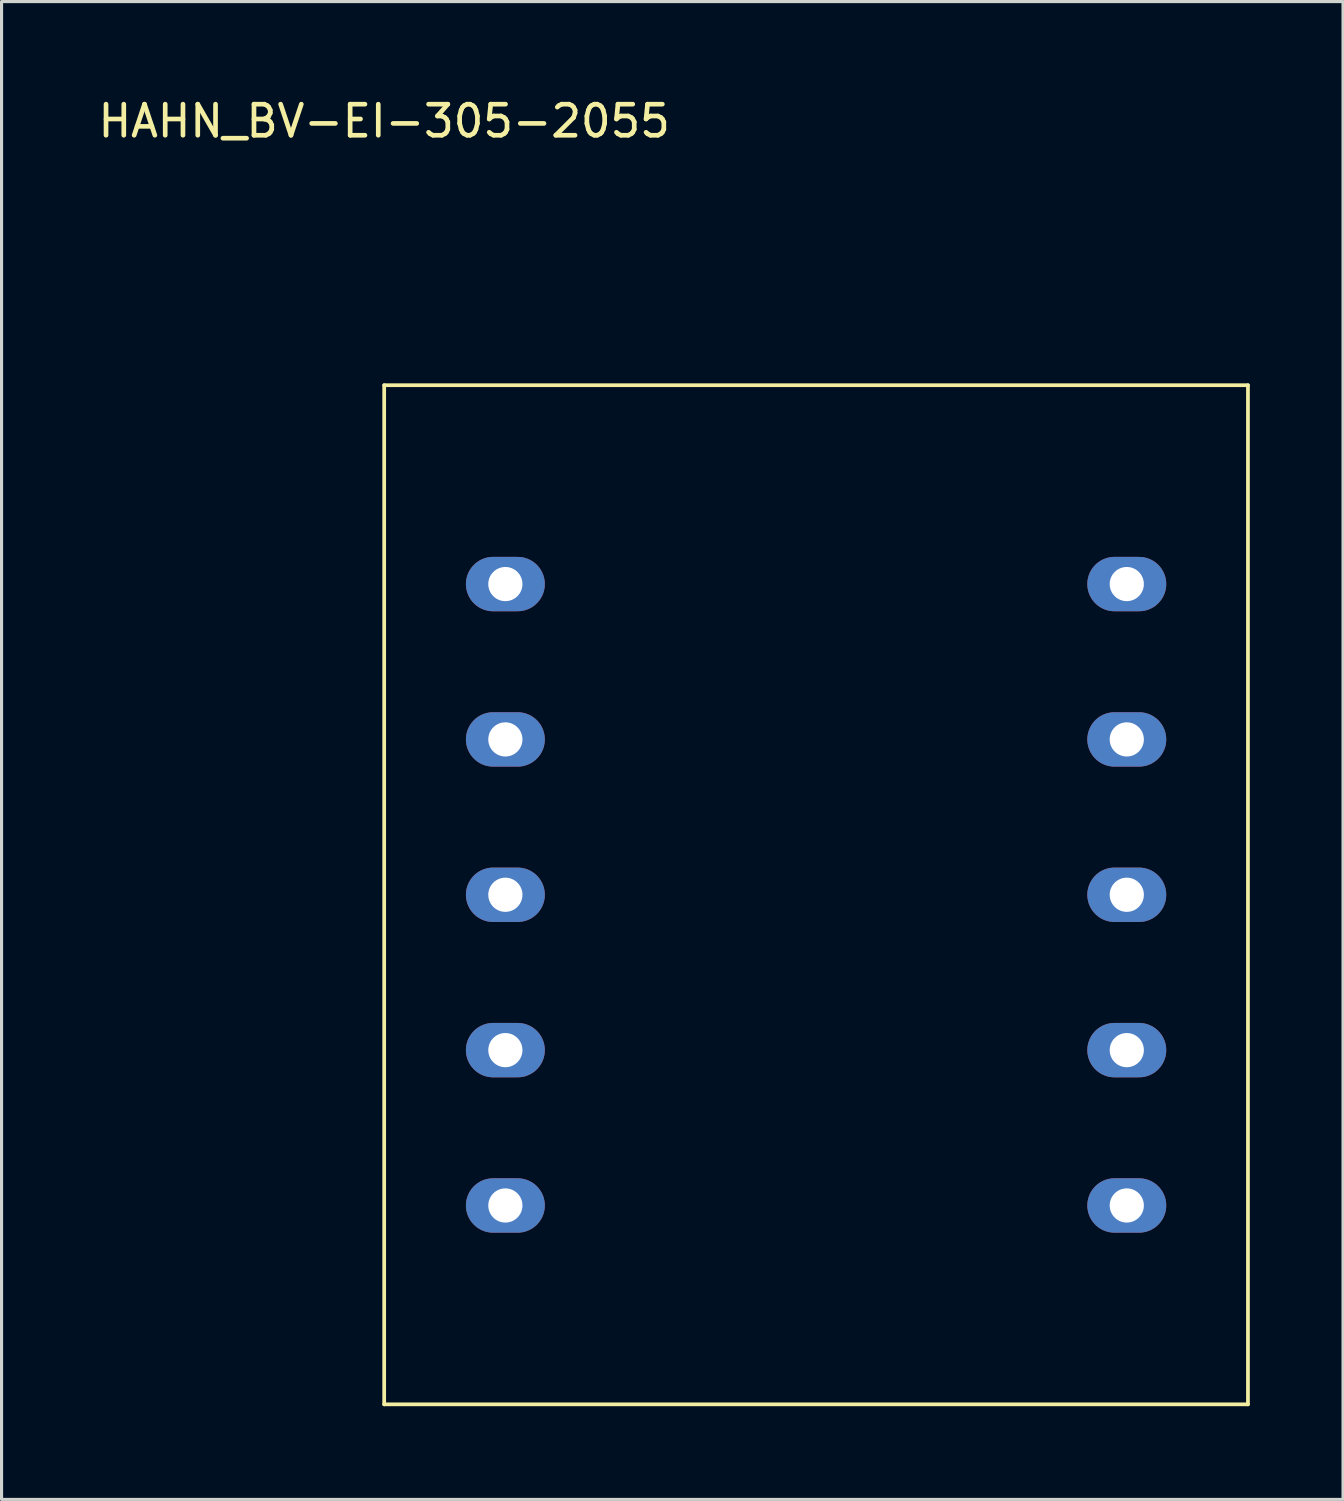
<source format=kicad_pcb>
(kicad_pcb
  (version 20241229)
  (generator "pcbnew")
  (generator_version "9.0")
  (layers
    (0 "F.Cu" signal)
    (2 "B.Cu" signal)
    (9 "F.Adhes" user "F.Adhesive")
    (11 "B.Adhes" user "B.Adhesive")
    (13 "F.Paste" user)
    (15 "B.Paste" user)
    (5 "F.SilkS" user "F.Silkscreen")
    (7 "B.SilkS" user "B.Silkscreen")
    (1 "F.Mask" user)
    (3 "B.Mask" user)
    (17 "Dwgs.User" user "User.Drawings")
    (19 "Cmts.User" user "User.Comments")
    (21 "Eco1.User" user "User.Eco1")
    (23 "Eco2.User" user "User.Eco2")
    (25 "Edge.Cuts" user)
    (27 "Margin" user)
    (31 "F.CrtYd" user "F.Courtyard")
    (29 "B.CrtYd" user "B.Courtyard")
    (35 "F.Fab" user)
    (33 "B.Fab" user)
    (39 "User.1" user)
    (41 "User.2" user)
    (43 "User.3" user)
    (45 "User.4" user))
  (footprint "HAHN_BV-EI-305-2055"
    (layer "F.Cu")
    (at 9.315 9.348)
    (property "Reference" "HAHN_BV-EI-305-2055" (at 0 -8.5 0) (layer "F.SilkS") (effects (font (size 1 1) (thickness 0.15))))
    (attr through_hole)
    (fp_line (start 0 0) (end 0 32.8) (stroke (width 0.12) (type solid)) (layer "F.SilkS"))
    (fp_line (start 0 32.8) (end 27.8 32.8) (stroke (width 0.12) (type solid)) (layer "F.SilkS"))
    (fp_line (start 27.8 0) (end 0 0) (stroke (width 0.12) (type solid)) (layer "F.SilkS"))
    (fp_line (start 27.8 32.8) (end 27.8 0) (stroke (width 0.12) (type solid)) (layer "F.SilkS"))
    (pad "1" thru_hole oval (at 3.9 6.4 180) (size 2.54 1.75) (drill 1.1) (layers "*.Cu" "*.Mask"))
    (pad "2" thru_hole oval (at 3.9 11.4) (size 2.54 1.75) (drill 1.1) (layers "*.Cu" "*.Mask"))
    (pad "3" thru_hole oval (at 3.9 16.4) (size 2.54 1.75) (drill 1.1) (layers "*.Cu" "*.Mask"))
    (pad "4" thru_hole oval (at 3.9 21.4) (size 2.54 1.75) (drill 1.1) (layers "*.Cu" "*.Mask"))
    (pad "5" thru_hole oval (at 3.9 26.4) (size 2.54 1.75) (drill 1.1) (layers "*.Cu" "*.Mask"))
    (pad "6" thru_hole oval (at 23.9 26.4) (size 2.54 1.75) (drill 1.1) (layers "*.Cu" "*.Mask"))
    (pad "7" thru_hole oval (at 23.9 21.4) (size 2.54 1.75) (drill 1.1) (layers "*.Cu" "*.Mask"))
    (pad "8" thru_hole oval (at 23.9 16.4) (size 2.54 1.75) (drill 1.1) (layers "*.Cu" "*.Mask"))
    (pad "9" thru_hole oval (at 23.9 11.4) (size 2.54 1.75) (drill 1.1) (layers "*.Cu" "*.Mask"))
    (pad "10" thru_hole oval (at 23.9 6.4) (size 2.54 1.75) (drill 1.1) (layers "*.Cu" "*.Mask")))
  (gr_rect
    (start -3 -3)
    (end 40.175 45.208)
    (stroke (width 0.1) (type default))
    (fill no)
    (layer "Edge.Cuts")))
</source>
